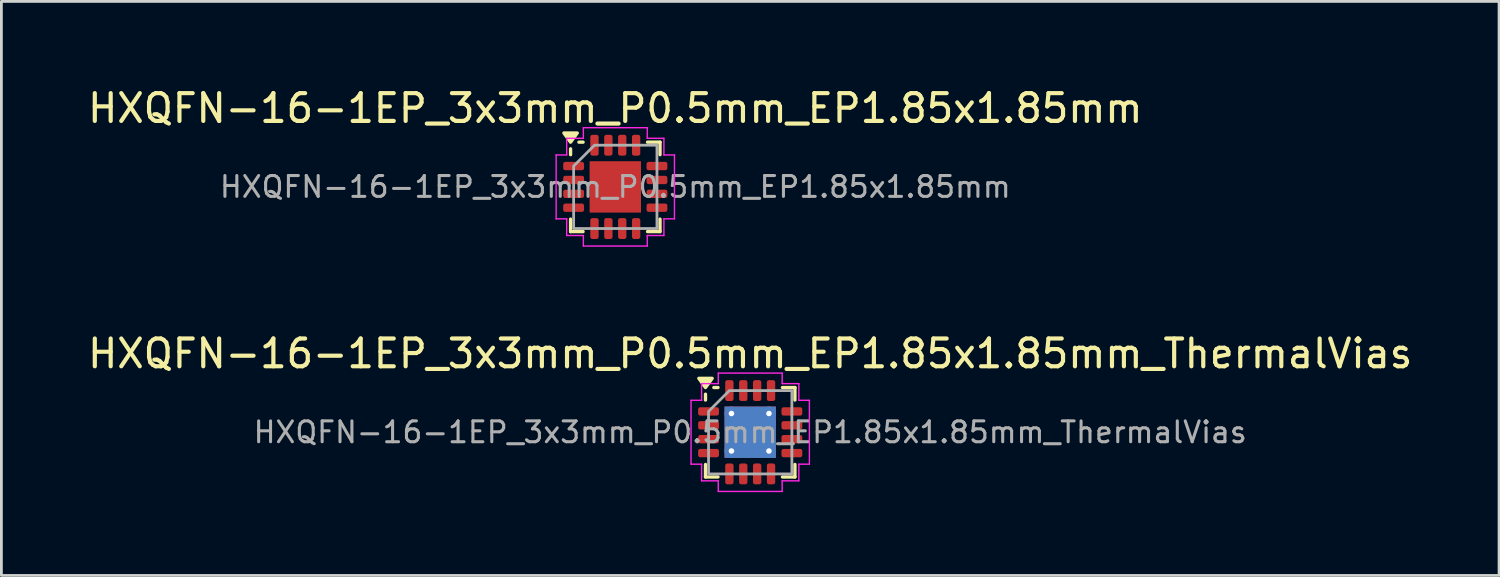
<source format=kicad_pcb>
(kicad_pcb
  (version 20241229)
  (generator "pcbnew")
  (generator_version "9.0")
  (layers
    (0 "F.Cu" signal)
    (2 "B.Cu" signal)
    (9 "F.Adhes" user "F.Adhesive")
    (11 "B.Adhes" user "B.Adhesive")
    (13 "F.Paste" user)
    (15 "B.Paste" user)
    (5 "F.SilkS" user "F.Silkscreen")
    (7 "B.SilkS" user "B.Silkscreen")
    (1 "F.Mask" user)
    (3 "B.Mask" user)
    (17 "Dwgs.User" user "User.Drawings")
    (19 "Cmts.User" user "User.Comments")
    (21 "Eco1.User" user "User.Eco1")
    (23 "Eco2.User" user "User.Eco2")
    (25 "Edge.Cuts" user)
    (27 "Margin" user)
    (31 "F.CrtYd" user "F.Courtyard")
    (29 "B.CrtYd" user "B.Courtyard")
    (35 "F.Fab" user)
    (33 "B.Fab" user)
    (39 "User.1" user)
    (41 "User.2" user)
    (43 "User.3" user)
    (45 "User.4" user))
  (footprint "HXQFN-16-1EP_3x3mm_P0.5mm_EP1.85x1.85mm_ThermalVias"
    (layer "F.Cu")
    (at 23.958 12.511)
    (property "Reference" "HXQFN-16-1EP_3x3mm_P0.5mm_EP1.85x1.85mm_ThermalVias" (at 0 -2.83 0) (layer "F.SilkS") (effects (font (size 1 1) (thickness 0.15))))
    (attr smd)
    (fp_line (start -1.61 -1.16) (end -1.61 -1.37) (stroke (width 0.12) (type solid)) (layer "F.SilkS"))
    (fp_line (start -1.61 1.61) (end -1.61 1.16) (stroke (width 0.12) (type solid)) (layer "F.SilkS"))
    (fp_line (start -1.16 -1.61) (end -1.31 -1.61) (stroke (width 0.12) (type solid)) (layer "F.SilkS"))
    (fp_line (start -1.16 1.61) (end -1.61 1.61) (stroke (width 0.12) (type solid)) (layer "F.SilkS"))
    (fp_line (start 1.16 -1.61) (end 1.61 -1.61) (stroke (width 0.12) (type solid)) (layer "F.SilkS"))
    (fp_line (start 1.16 1.61) (end 1.61 1.61) (stroke (width 0.12) (type solid)) (layer "F.SilkS"))
    (fp_line (start 1.61 -1.61) (end 1.61 -1.16) (stroke (width 0.12) (type solid)) (layer "F.SilkS"))
    (fp_line (start 1.61 1.61) (end 1.61 1.16) (stroke (width 0.12) (type solid)) (layer "F.SilkS"))
    (fp_poly (pts (xy -1.61 -1.61) (xy -1.85 -1.94) (xy -1.37 -1.94)) (stroke (width 0.12) (type solid)) (fill yes) (layer "F.SilkS"))
    (fp_line (start -2.13 -1.15) (end -1.75 -1.15) (stroke (width 0.05) (type solid)) (layer "F.CrtYd"))
    (fp_line (start -2.13 1.15) (end -2.13 -1.15) (stroke (width 0.05) (type solid)) (layer "F.CrtYd"))
    (fp_line (start -1.75 -1.75) (end -1.15 -1.75) (stroke (width 0.05) (type solid)) (layer "F.CrtYd"))
    (fp_line (start -1.75 -1.15) (end -1.75 -1.75) (stroke (width 0.05) (type solid)) (layer "F.CrtYd"))
    (fp_line (start -1.75 1.15) (end -2.13 1.15) (stroke (width 0.05) (type solid)) (layer "F.CrtYd"))
    (fp_line (start -1.75 1.75) (end -1.75 1.15) (stroke (width 0.05) (type solid)) (layer "F.CrtYd"))
    (fp_line (start -1.15 -2.13) (end 1.15 -2.13) (stroke (width 0.05) (type solid)) (layer "F.CrtYd"))
    (fp_line (start -1.15 -1.75) (end -1.15 -2.13) (stroke (width 0.05) (type solid)) (layer "F.CrtYd"))
    (fp_line (start -1.15 1.75) (end -1.75 1.75) (stroke (width 0.05) (type solid)) (layer "F.CrtYd"))
    (fp_line (start -1.15 2.13) (end -1.15 1.75) (stroke (width 0.05) (type solid)) (layer "F.CrtYd"))
    (fp_line (start 1.15 -2.13) (end 1.15 -1.75) (stroke (width 0.05) (type solid)) (layer "F.CrtYd"))
    (fp_line (start 1.15 -1.75) (end 1.75 -1.75) (stroke (width 0.05) (type solid)) (layer "F.CrtYd"))
    (fp_line (start 1.15 1.75) (end 1.15 2.13) (stroke (width 0.05) (type solid)) (layer "F.CrtYd"))
    (fp_line (start 1.15 2.13) (end -1.15 2.13) (stroke (width 0.05) (type solid)) (layer "F.CrtYd"))
    (fp_line (start 1.75 -1.75) (end 1.75 -1.15) (stroke (width 0.05) (type solid)) (layer "F.CrtYd"))
    (fp_line (start 1.75 -1.15) (end 2.13 -1.15) (stroke (width 0.05) (type solid)) (layer "F.CrtYd"))
    (fp_line (start 1.75 1.15) (end 1.75 1.75) (stroke (width 0.05) (type solid)) (layer "F.CrtYd"))
    (fp_line (start 1.75 1.75) (end 1.15 1.75) (stroke (width 0.05) (type solid)) (layer "F.CrtYd"))
    (fp_line (start 2.13 -1.15) (end 2.13 1.15) (stroke (width 0.05) (type solid)) (layer "F.CrtYd"))
    (fp_line (start 2.13 1.15) (end 1.75 1.15) (stroke (width 0.05) (type solid)) (layer "F.CrtYd"))
    (fp_poly (pts (xy -1.5 -0.75) (xy -1.5 1.5) (xy 1.5 1.5) (xy 1.5 -1.5) (xy -0.75 -1.5)) (stroke (width 0.1) (type solid)) (fill no) (layer "F.Fab"))
    (fp_text user "${REFERENCE}" (at 0 0 0) (layer "F.Fab") (effects (font (size 0.75 0.75) (thickness 0.11))))
    (pad "" smd roundrect (at -0.46 -0.46) (size 0.75 0.75) (layers "F.Paste") (roundrect_rratio 0.25))
    (pad "" smd roundrect (at -0.46 0.46) (size 0.75 0.75) (layers "F.Paste") (roundrect_rratio 0.25))
    (pad "" smd roundrect (at 0.46 -0.46) (size 0.75 0.75) (layers "F.Paste") (roundrect_rratio 0.25))
    (pad "" smd roundrect (at 0.46 0.46) (size 0.75 0.75) (layers "F.Paste") (roundrect_rratio 0.25))
    (pad "1" smd roundrect (at -1.5 -0.75) (size 0.75 0.3) (layers "F.Cu" "F.Mask" "F.Paste") (roundrect_rratio 0.25))
    (pad "2" smd roundrect (at -1.5 -0.25) (size 0.75 0.3) (layers "F.Cu" "F.Mask" "F.Paste") (roundrect_rratio 0.25))
    (pad "3" smd roundrect (at -1.5 0.25) (size 0.75 0.3) (layers "F.Cu" "F.Mask" "F.Paste") (roundrect_rratio 0.25))
    (pad "4" smd roundrect (at -1.5 0.75) (size 0.75 0.3) (layers "F.Cu" "F.Mask" "F.Paste") (roundrect_rratio 0.25))
    (pad "5" smd roundrect (at -0.75 1.5) (size 0.3 0.75) (layers "F.Cu" "F.Mask" "F.Paste") (roundrect_rratio 0.25))
    (pad "6" smd roundrect (at -0.25 1.5) (size 0.3 0.75) (layers "F.Cu" "F.Mask" "F.Paste") (roundrect_rratio 0.25))
    (pad "7" smd roundrect (at 0.25 1.5) (size 0.3 0.75) (layers "F.Cu" "F.Mask" "F.Paste") (roundrect_rratio 0.25))
    (pad "8" smd roundrect (at 0.75 1.5) (size 0.3 0.75) (layers "F.Cu" "F.Mask" "F.Paste") (roundrect_rratio 0.25))
    (pad "9" smd roundrect (at 1.5 0.75) (size 0.75 0.3) (layers "F.Cu" "F.Mask" "F.Paste") (roundrect_rratio 0.25))
    (pad "10" smd roundrect (at 1.5 0.25) (size 0.75 0.3) (layers "F.Cu" "F.Mask" "F.Paste") (roundrect_rratio 0.25))
    (pad "11" smd roundrect (at 1.5 -0.25) (size 0.75 0.3) (layers "F.Cu" "F.Mask" "F.Paste") (roundrect_rratio 0.25))
    (pad "12" smd roundrect (at 1.5 -0.75) (size 0.75 0.3) (layers "F.Cu" "F.Mask" "F.Paste") (roundrect_rratio 0.25))
    (pad "13" smd roundrect (at 0.75 -1.5) (size 0.3 0.75) (layers "F.Cu" "F.Mask" "F.Paste") (roundrect_rratio 0.25))
    (pad "14" smd roundrect (at 0.25 -1.5) (size 0.3 0.75) (layers "F.Cu" "F.Mask" "F.Paste") (roundrect_rratio 0.25))
    (pad "15" smd roundrect (at -0.25 -1.5) (size 0.3 0.75) (layers "F.Cu" "F.Mask" "F.Paste") (roundrect_rratio 0.25))
    (pad "16" smd roundrect (at -0.75 -1.5) (size 0.3 0.75) (layers "F.Cu" "F.Mask" "F.Paste") (roundrect_rratio 0.25))
    (pad "17" thru_hole circle (at -0.675 -0.675) (size 0.5 0.5) (drill 0.2) (property pad_prop_heatsink) (layers "*.Cu"))
    (pad "17" thru_hole circle (at -0.675 0.675) (size 0.5 0.5) (drill 0.2) (property pad_prop_heatsink) (layers "*.Cu"))
    (pad "17" smd rect (at 0 0) (size 1.85 1.85) (property pad_prop_heatsink) (layers "F.Cu" "F.Mask"))
    (pad "17" smd rect (at 0 0) (size 1.85 1.85) (property pad_prop_heatsink) (layers "B.Cu"))
    (pad "17" thru_hole circle (at 0.675 -0.675) (size 0.5 0.5) (drill 0.2) (property pad_prop_heatsink) (layers "*.Cu"))
    (pad "17" thru_hole circle (at 0.675 0.675) (size 0.5 0.5) (drill 0.2) (property pad_prop_heatsink) (layers "*.Cu")))
  (footprint "HXQFN-16-1EP_3x3mm_P0.5mm_EP1.85x1.85mm"
    (layer "F.Cu")
    (at 19.101 3.678)
    (property "Reference" "HXQFN-16-1EP_3x3mm_P0.5mm_EP1.85x1.85mm" (at 0 -2.83 0) (layer "F.SilkS") (effects (font (size 1 1) (thickness 0.15))))
    (attr smd)
    (fp_line (start -1.61 -1.16) (end -1.61 -1.37) (stroke (width 0.12) (type solid)) (layer "F.SilkS"))
    (fp_line (start -1.61 1.61) (end -1.61 1.16) (stroke (width 0.12) (type solid)) (layer "F.SilkS"))
    (fp_line (start -1.16 -1.61) (end -1.31 -1.61) (stroke (width 0.12) (type solid)) (layer "F.SilkS"))
    (fp_line (start -1.16 1.61) (end -1.61 1.61) (stroke (width 0.12) (type solid)) (layer "F.SilkS"))
    (fp_line (start 1.16 -1.61) (end 1.61 -1.61) (stroke (width 0.12) (type solid)) (layer "F.SilkS"))
    (fp_line (start 1.16 1.61) (end 1.61 1.61) (stroke (width 0.12) (type solid)) (layer "F.SilkS"))
    (fp_line (start 1.61 -1.61) (end 1.61 -1.16) (stroke (width 0.12) (type solid)) (layer "F.SilkS"))
    (fp_line (start 1.61 1.61) (end 1.61 1.16) (stroke (width 0.12) (type solid)) (layer "F.SilkS"))
    (fp_poly (pts (xy -1.61 -1.61) (xy -1.85 -1.94) (xy -1.37 -1.94)) (stroke (width 0.12) (type solid)) (fill yes) (layer "F.SilkS"))
    (fp_line (start -2.13 -1.15) (end -1.75 -1.15) (stroke (width 0.05) (type solid)) (layer "F.CrtYd"))
    (fp_line (start -2.13 1.15) (end -2.13 -1.15) (stroke (width 0.05) (type solid)) (layer "F.CrtYd"))
    (fp_line (start -1.75 -1.75) (end -1.15 -1.75) (stroke (width 0.05) (type solid)) (layer "F.CrtYd"))
    (fp_line (start -1.75 -1.15) (end -1.75 -1.75) (stroke (width 0.05) (type solid)) (layer "F.CrtYd"))
    (fp_line (start -1.75 1.15) (end -2.13 1.15) (stroke (width 0.05) (type solid)) (layer "F.CrtYd"))
    (fp_line (start -1.75 1.75) (end -1.75 1.15) (stroke (width 0.05) (type solid)) (layer "F.CrtYd"))
    (fp_line (start -1.15 -2.13) (end 1.15 -2.13) (stroke (width 0.05) (type solid)) (layer "F.CrtYd"))
    (fp_line (start -1.15 -1.75) (end -1.15 -2.13) (stroke (width 0.05) (type solid)) (layer "F.CrtYd"))
    (fp_line (start -1.15 1.75) (end -1.75 1.75) (stroke (width 0.05) (type solid)) (layer "F.CrtYd"))
    (fp_line (start -1.15 2.13) (end -1.15 1.75) (stroke (width 0.05) (type solid)) (layer "F.CrtYd"))
    (fp_line (start 1.15 -2.13) (end 1.15 -1.75) (stroke (width 0.05) (type solid)) (layer "F.CrtYd"))
    (fp_line (start 1.15 -1.75) (end 1.75 -1.75) (stroke (width 0.05) (type solid)) (layer "F.CrtYd"))
    (fp_line (start 1.15 1.75) (end 1.15 2.13) (stroke (width 0.05) (type solid)) (layer "F.CrtYd"))
    (fp_line (start 1.15 2.13) (end -1.15 2.13) (stroke (width 0.05) (type solid)) (layer "F.CrtYd"))
    (fp_line (start 1.75 -1.75) (end 1.75 -1.15) (stroke (width 0.05) (type solid)) (layer "F.CrtYd"))
    (fp_line (start 1.75 -1.15) (end 2.13 -1.15) (stroke (width 0.05) (type solid)) (layer "F.CrtYd"))
    (fp_line (start 1.75 1.15) (end 1.75 1.75) (stroke (width 0.05) (type solid)) (layer "F.CrtYd"))
    (fp_line (start 1.75 1.75) (end 1.15 1.75) (stroke (width 0.05) (type solid)) (layer "F.CrtYd"))
    (fp_line (start 2.13 -1.15) (end 2.13 1.15) (stroke (width 0.05) (type solid)) (layer "F.CrtYd"))
    (fp_line (start 2.13 1.15) (end 1.75 1.15) (stroke (width 0.05) (type solid)) (layer "F.CrtYd"))
    (fp_poly (pts (xy -1.5 -0.75) (xy -1.5 1.5) (xy 1.5 1.5) (xy 1.5 -1.5) (xy -0.75 -1.5)) (stroke (width 0.1) (type solid)) (fill no) (layer "F.Fab"))
    (fp_text user "${REFERENCE}" (at 0 0 0) (layer "F.Fab") (effects (font (size 0.75 0.75) (thickness 0.11))))
    (pad "" smd roundrect (at -0.46 -0.46) (size 0.75 0.75) (layers "F.Paste") (roundrect_rratio 0.25))
    (pad "" smd roundrect (at -0.46 0.46) (size 0.75 0.75) (layers "F.Paste") (roundrect_rratio 0.25))
    (pad "" smd roundrect (at 0.46 -0.46) (size 0.75 0.75) (layers "F.Paste") (roundrect_rratio 0.25))
    (pad "" smd roundrect (at 0.46 0.46) (size 0.75 0.75) (layers "F.Paste") (roundrect_rratio 0.25))
    (pad "1" smd roundrect (at -1.5 -0.75) (size 0.75 0.3) (layers "F.Cu" "F.Mask" "F.Paste") (roundrect_rratio 0.25))
    (pad "2" smd roundrect (at -1.5 -0.25) (size 0.75 0.3) (layers "F.Cu" "F.Mask" "F.Paste") (roundrect_rratio 0.25))
    (pad "3" smd roundrect (at -1.5 0.25) (size 0.75 0.3) (layers "F.Cu" "F.Mask" "F.Paste") (roundrect_rratio 0.25))
    (pad "4" smd roundrect (at -1.5 0.75) (size 0.75 0.3) (layers "F.Cu" "F.Mask" "F.Paste") (roundrect_rratio 0.25))
    (pad "5" smd roundrect (at -0.75 1.5) (size 0.3 0.75) (layers "F.Cu" "F.Mask" "F.Paste") (roundrect_rratio 0.25))
    (pad "6" smd roundrect (at -0.25 1.5) (size 0.3 0.75) (layers "F.Cu" "F.Mask" "F.Paste") (roundrect_rratio 0.25))
    (pad "7" smd roundrect (at 0.25 1.5) (size 0.3 0.75) (layers "F.Cu" "F.Mask" "F.Paste") (roundrect_rratio 0.25))
    (pad "8" smd roundrect (at 0.75 1.5) (size 0.3 0.75) (layers "F.Cu" "F.Mask" "F.Paste") (roundrect_rratio 0.25))
    (pad "9" smd roundrect (at 1.5 0.75) (size 0.75 0.3) (layers "F.Cu" "F.Mask" "F.Paste") (roundrect_rratio 0.25))
    (pad "10" smd roundrect (at 1.5 0.25) (size 0.75 0.3) (layers "F.Cu" "F.Mask" "F.Paste") (roundrect_rratio 0.25))
    (pad "11" smd roundrect (at 1.5 -0.25) (size 0.75 0.3) (layers "F.Cu" "F.Mask" "F.Paste") (roundrect_rratio 0.25))
    (pad "12" smd roundrect (at 1.5 -0.75) (size 0.75 0.3) (layers "F.Cu" "F.Mask" "F.Paste") (roundrect_rratio 0.25))
    (pad "13" smd roundrect (at 0.75 -1.5) (size 0.3 0.75) (layers "F.Cu" "F.Mask" "F.Paste") (roundrect_rratio 0.25))
    (pad "14" smd roundrect (at 0.25 -1.5) (size 0.3 0.75) (layers "F.Cu" "F.Mask" "F.Paste") (roundrect_rratio 0.25))
    (pad "15" smd roundrect (at -0.25 -1.5) (size 0.3 0.75) (layers "F.Cu" "F.Mask" "F.Paste") (roundrect_rratio 0.25))
    (pad "16" smd roundrect (at -0.75 -1.5) (size 0.3 0.75) (layers "F.Cu" "F.Mask" "F.Paste") (roundrect_rratio 0.25))
    (pad "17" smd rect (at 0 0) (size 1.85 1.85) (property pad_prop_heatsink) (layers "F.Cu" "F.Mask")))
  (gr_rect
    (start -3 -3)
    (end 50.917 17.666)
    (stroke (width 0.1) (type default))
    (fill no)
    (layer "Edge.Cuts")))
</source>
